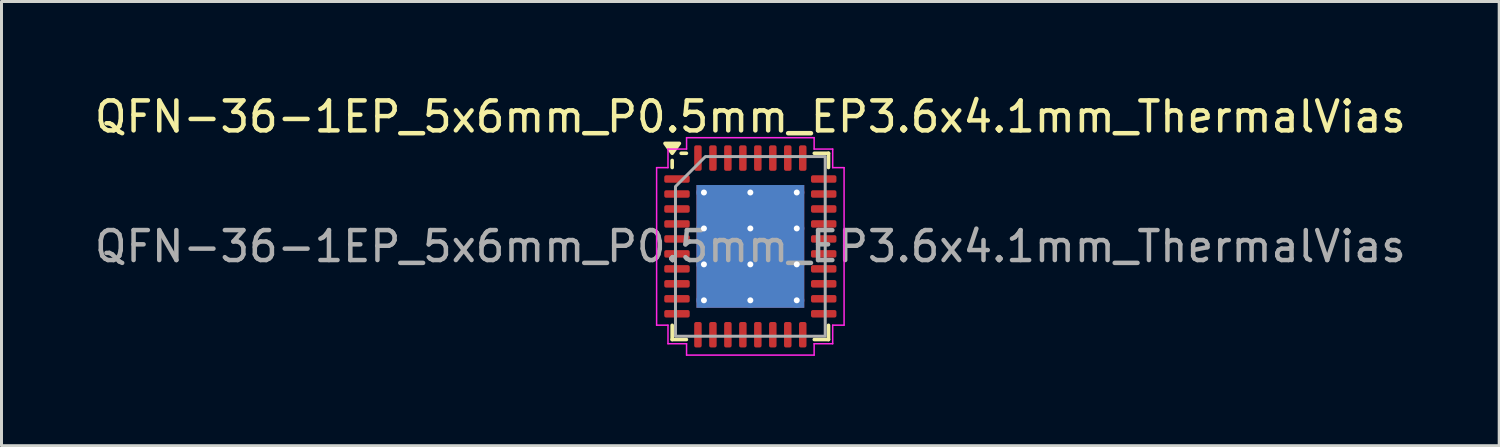
<source format=kicad_pcb>
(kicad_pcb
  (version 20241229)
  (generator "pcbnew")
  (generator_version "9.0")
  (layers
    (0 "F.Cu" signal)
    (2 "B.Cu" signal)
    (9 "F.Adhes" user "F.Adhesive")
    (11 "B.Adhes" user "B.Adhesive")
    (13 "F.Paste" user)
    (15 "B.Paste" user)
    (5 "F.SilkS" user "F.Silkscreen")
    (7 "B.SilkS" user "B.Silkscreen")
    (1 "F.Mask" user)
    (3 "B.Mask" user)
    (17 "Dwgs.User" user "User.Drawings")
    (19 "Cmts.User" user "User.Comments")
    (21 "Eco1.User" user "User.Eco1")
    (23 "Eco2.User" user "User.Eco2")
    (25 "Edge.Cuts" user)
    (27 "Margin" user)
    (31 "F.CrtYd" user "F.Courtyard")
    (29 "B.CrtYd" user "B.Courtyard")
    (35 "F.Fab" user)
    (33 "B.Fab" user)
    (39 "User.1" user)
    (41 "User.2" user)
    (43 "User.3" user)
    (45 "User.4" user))
  (footprint "QFN-36-1EP_5x6mm_P0.5mm_EP3.6x4.1mm_ThermalVias"
    (layer "F.Cu")
    (at 22.006 5.178)
    (property "Reference" "QFN-36-1EP_5x6mm_P0.5mm_EP3.6x4.1mm_ThermalVias" (at 0 -4.33 0) (layer "F.SilkS") (effects (font (size 1 1) (thickness 0.15))))
    (attr smd)
    (fp_line (start -2.61 -2.635) (end -2.61 -2.87) (stroke (width 0.12) (type solid)) (layer "F.SilkS"))
    (fp_line (start -2.61 3.11) (end -2.61 2.635) (stroke (width 0.12) (type solid)) (layer "F.SilkS"))
    (fp_line (start -2.135 -3.11) (end -2.31 -3.11) (stroke (width 0.12) (type solid)) (layer "F.SilkS"))
    (fp_line (start -2.135 3.11) (end -2.61 3.11) (stroke (width 0.12) (type solid)) (layer "F.SilkS"))
    (fp_line (start 2.135 -3.11) (end 2.61 -3.11) (stroke (width 0.12) (type solid)) (layer "F.SilkS"))
    (fp_line (start 2.135 3.11) (end 2.61 3.11) (stroke (width 0.12) (type solid)) (layer "F.SilkS"))
    (fp_line (start 2.61 -3.11) (end 2.61 -2.635) (stroke (width 0.12) (type solid)) (layer "F.SilkS"))
    (fp_line (start 2.61 3.11) (end 2.61 2.635) (stroke (width 0.12) (type solid)) (layer "F.SilkS"))
    (fp_poly (pts (xy -2.61 -3.11) (xy -2.85 -3.44) (xy -2.37 -3.44)) (stroke (width 0.12) (type solid)) (fill yes) (layer "F.SilkS"))
    (fp_line (start -3.13 -2.63) (end -2.75 -2.63) (stroke (width 0.05) (type solid)) (layer "F.CrtYd"))
    (fp_line (start -3.13 2.63) (end -3.13 -2.63) (stroke (width 0.05) (type solid)) (layer "F.CrtYd"))
    (fp_line (start -2.75 -3.25) (end -2.13 -3.25) (stroke (width 0.05) (type solid)) (layer "F.CrtYd"))
    (fp_line (start -2.75 -2.63) (end -2.75 -3.25) (stroke (width 0.05) (type solid)) (layer "F.CrtYd"))
    (fp_line (start -2.75 2.63) (end -3.13 2.63) (stroke (width 0.05) (type solid)) (layer "F.CrtYd"))
    (fp_line (start -2.75 3.25) (end -2.75 2.63) (stroke (width 0.05) (type solid)) (layer "F.CrtYd"))
    (fp_line (start -2.13 -3.63) (end 2.13 -3.63) (stroke (width 0.05) (type solid)) (layer "F.CrtYd"))
    (fp_line (start -2.13 -3.25) (end -2.13 -3.63) (stroke (width 0.05) (type solid)) (layer "F.CrtYd"))
    (fp_line (start -2.13 3.25) (end -2.75 3.25) (stroke (width 0.05) (type solid)) (layer "F.CrtYd"))
    (fp_line (start -2.13 3.63) (end -2.13 3.25) (stroke (width 0.05) (type solid)) (layer "F.CrtYd"))
    (fp_line (start 2.13 -3.63) (end 2.13 -3.25) (stroke (width 0.05) (type solid)) (layer "F.CrtYd"))
    (fp_line (start 2.13 -3.25) (end 2.75 -3.25) (stroke (width 0.05) (type solid)) (layer "F.CrtYd"))
    (fp_line (start 2.13 3.25) (end 2.13 3.63) (stroke (width 0.05) (type solid)) (layer "F.CrtYd"))
    (fp_line (start 2.13 3.63) (end -2.13 3.63) (stroke (width 0.05) (type solid)) (layer "F.CrtYd"))
    (fp_line (start 2.75 -3.25) (end 2.75 -2.63) (stroke (width 0.05) (type solid)) (layer "F.CrtYd"))
    (fp_line (start 2.75 -2.63) (end 3.13 -2.63) (stroke (width 0.05) (type solid)) (layer "F.CrtYd"))
    (fp_line (start 2.75 2.63) (end 2.75 3.25) (stroke (width 0.05) (type solid)) (layer "F.CrtYd"))
    (fp_line (start 2.75 3.25) (end 2.13 3.25) (stroke (width 0.05) (type solid)) (layer "F.CrtYd"))
    (fp_line (start 3.13 -2.63) (end 3.13 2.63) (stroke (width 0.05) (type solid)) (layer "F.CrtYd"))
    (fp_line (start 3.13 2.63) (end 2.75 2.63) (stroke (width 0.05) (type solid)) (layer "F.CrtYd"))
    (fp_poly (pts (xy -2.5 -2) (xy -2.5 3) (xy 2.5 3) (xy 2.5 -3) (xy -1.5 -3)) (stroke (width 0.1) (type solid)) (fill no) (layer "F.Fab"))
    (fp_text user "${REFERENCE}" (at 0 0 0) (layer "F.Fab") (effects (font (size 1 1) (thickness 0.15))))
    (pad "" smd roundrect (at -1.2 -1.37) (size 0.93 1.06) (layers "F.Paste") (roundrect_rratio 0.25))
    (pad "" smd roundrect (at -1.2 0) (size 0.93 1.06) (layers "F.Paste") (roundrect_rratio 0.25))
    (pad "" smd roundrect (at -1.2 1.37) (size 0.93 1.06) (layers "F.Paste") (roundrect_rratio 0.25))
    (pad "" smd roundrect (at 0 -1.37) (size 0.93 1.06) (layers "F.Paste") (roundrect_rratio 0.25))
    (pad "" smd roundrect (at 0 0) (size 0.93 1.06) (layers "F.Paste") (roundrect_rratio 0.25))
    (pad "" smd roundrect (at 0 1.37) (size 0.93 1.06) (layers "F.Paste") (roundrect_rratio 0.25))
    (pad "" smd roundrect (at 1.2 -1.37) (size 0.93 1.06) (layers "F.Paste") (roundrect_rratio 0.25))
    (pad "" smd roundrect (at 1.2 0) (size 0.93 1.06) (layers "F.Paste") (roundrect_rratio 0.25))
    (pad "" smd roundrect (at 1.2 1.37) (size 0.93 1.06) (layers "F.Paste") (roundrect_rratio 0.25))
    (pad "1" smd roundrect (at -2.45 -2.25) (size 0.85 0.25) (layers "F.Cu" "F.Mask" "F.Paste") (roundrect_rratio 0.25))
    (pad "2" smd roundrect (at -2.45 -1.75) (size 0.85 0.25) (layers "F.Cu" "F.Mask" "F.Paste") (roundrect_rratio 0.25))
    (pad "3" smd roundrect (at -2.45 -1.25) (size 0.85 0.25) (layers "F.Cu" "F.Mask" "F.Paste") (roundrect_rratio 0.25))
    (pad "4" smd roundrect (at -2.45 -0.75) (size 0.85 0.25) (layers "F.Cu" "F.Mask" "F.Paste") (roundrect_rratio 0.25))
    (pad "5" smd roundrect (at -2.45 -0.25) (size 0.85 0.25) (layers "F.Cu" "F.Mask" "F.Paste") (roundrect_rratio 0.25))
    (pad "6" smd roundrect (at -2.45 0.25) (size 0.85 0.25) (layers "F.Cu" "F.Mask" "F.Paste") (roundrect_rratio 0.25))
    (pad "7" smd roundrect (at -2.45 0.75) (size 0.85 0.25) (layers "F.Cu" "F.Mask" "F.Paste") (roundrect_rratio 0.25))
    (pad "8" smd roundrect (at -2.45 1.25) (size 0.85 0.25) (layers "F.Cu" "F.Mask" "F.Paste") (roundrect_rratio 0.25))
    (pad "9" smd roundrect (at -2.45 1.75) (size 0.85 0.25) (layers "F.Cu" "F.Mask" "F.Paste") (roundrect_rratio 0.25))
    (pad "10" smd roundrect (at -2.45 2.25) (size 0.85 0.25) (layers "F.Cu" "F.Mask" "F.Paste") (roundrect_rratio 0.25))
    (pad "11" smd roundrect (at -1.75 2.95) (size 0.25 0.85) (layers "F.Cu" "F.Mask" "F.Paste") (roundrect_rratio 0.25))
    (pad "12" smd roundrect (at -1.25 2.95) (size 0.25 0.85) (layers "F.Cu" "F.Mask" "F.Paste") (roundrect_rratio 0.25))
    (pad "13" smd roundrect (at -0.75 2.95) (size 0.25 0.85) (layers "F.Cu" "F.Mask" "F.Paste") (roundrect_rratio 0.25))
    (pad "14" smd roundrect (at -0.25 2.95) (size 0.25 0.85) (layers "F.Cu" "F.Mask" "F.Paste") (roundrect_rratio 0.25))
    (pad "15" smd roundrect (at 0.25 2.95) (size 0.25 0.85) (layers "F.Cu" "F.Mask" "F.Paste") (roundrect_rratio 0.25))
    (pad "16" smd roundrect (at 0.75 2.95) (size 0.25 0.85) (layers "F.Cu" "F.Mask" "F.Paste") (roundrect_rratio 0.25))
    (pad "17" smd roundrect (at 1.25 2.95) (size 0.25 0.85) (layers "F.Cu" "F.Mask" "F.Paste") (roundrect_rratio 0.25))
    (pad "18" smd roundrect (at 1.75 2.95) (size 0.25 0.85) (layers "F.Cu" "F.Mask" "F.Paste") (roundrect_rratio 0.25))
    (pad "19" smd roundrect (at 2.45 2.25) (size 0.85 0.25) (layers "F.Cu" "F.Mask" "F.Paste") (roundrect_rratio 0.25))
    (pad "20" smd roundrect (at 2.45 1.75) (size 0.85 0.25) (layers "F.Cu" "F.Mask" "F.Paste") (roundrect_rratio 0.25))
    (pad "21" smd roundrect (at 2.45 1.25) (size 0.85 0.25) (layers "F.Cu" "F.Mask" "F.Paste") (roundrect_rratio 0.25))
    (pad "22" smd roundrect (at 2.45 0.75) (size 0.85 0.25) (layers "F.Cu" "F.Mask" "F.Paste") (roundrect_rratio 0.25))
    (pad "23" smd roundrect (at 2.45 0.25) (size 0.85 0.25) (layers "F.Cu" "F.Mask" "F.Paste") (roundrect_rratio 0.25))
    (pad "24" smd roundrect (at 2.45 -0.25) (size 0.85 0.25) (layers "F.Cu" "F.Mask" "F.Paste") (roundrect_rratio 0.25))
    (pad "25" smd roundrect (at 2.45 -0.75) (size 0.85 0.25) (layers "F.Cu" "F.Mask" "F.Paste") (roundrect_rratio 0.25))
    (pad "26" smd roundrect (at 2.45 -1.25) (size 0.85 0.25) (layers "F.Cu" "F.Mask" "F.Paste") (roundrect_rratio 0.25))
    (pad "27" smd roundrect (at 2.45 -1.75) (size 0.85 0.25) (layers "F.Cu" "F.Mask" "F.Paste") (roundrect_rratio 0.25))
    (pad "28" smd roundrect (at 2.45 -2.25) (size 0.85 0.25) (layers "F.Cu" "F.Mask" "F.Paste") (roundrect_rratio 0.25))
    (pad "29" smd roundrect (at 1.75 -2.95) (size 0.25 0.85) (layers "F.Cu" "F.Mask" "F.Paste") (roundrect_rratio 0.25))
    (pad "30" smd roundrect (at 1.25 -2.95) (size 0.25 0.85) (layers "F.Cu" "F.Mask" "F.Paste") (roundrect_rratio 0.25))
    (pad "31" smd roundrect (at 0.75 -2.95) (size 0.25 0.85) (layers "F.Cu" "F.Mask" "F.Paste") (roundrect_rratio 0.25))
    (pad "32" smd roundrect (at 0.25 -2.95) (size 0.25 0.85) (layers "F.Cu" "F.Mask" "F.Paste") (roundrect_rratio 0.25))
    (pad "33" smd roundrect (at -0.25 -2.95) (size 0.25 0.85) (layers "F.Cu" "F.Mask" "F.Paste") (roundrect_rratio 0.25))
    (pad "34" smd roundrect (at -0.75 -2.95) (size 0.25 0.85) (layers "F.Cu" "F.Mask" "F.Paste") (roundrect_rratio 0.25))
    (pad "35" smd roundrect (at -1.25 -2.95) (size 0.25 0.85) (layers "F.Cu" "F.Mask" "F.Paste") (roundrect_rratio 0.25))
    (pad "36" smd roundrect (at -1.75 -2.95) (size 0.25 0.85) (layers "F.Cu" "F.Mask" "F.Paste") (roundrect_rratio 0.25))
    (pad "37" thru_hole circle (at -1.55 -1.8) (size 0.5 0.5) (drill 0.2) (property pad_prop_heatsink) (layers "*.Cu"))
    (pad "37" thru_hole circle (at -1.55 -0.6) (size 0.5 0.5) (drill 0.2) (property pad_prop_heatsink) (layers "*.Cu"))
    (pad "37" thru_hole circle (at -1.55 0.6) (size 0.5 0.5) (drill 0.2) (property pad_prop_heatsink) (layers "*.Cu"))
    (pad "37" thru_hole circle (at -1.55 1.8) (size 0.5 0.5) (drill 0.2) (property pad_prop_heatsink) (layers "*.Cu"))
    (pad "37" thru_hole circle (at 0 -1.8) (size 0.5 0.5) (drill 0.2) (property pad_prop_heatsink) (layers "*.Cu"))
    (pad "37" thru_hole circle (at 0 -0.6) (size 0.5 0.5) (drill 0.2) (property pad_prop_heatsink) (layers "*.Cu"))
    (pad "37" smd rect (at 0 0) (size 3.6 4.1) (property pad_prop_heatsink) (layers "F.Cu" "F.Mask"))
    (pad "37" smd rect (at 0 0) (size 3.6 4.1) (property pad_prop_heatsink) (layers "B.Cu"))
    (pad "37" thru_hole circle (at 0 0.6) (size 0.5 0.5) (drill 0.2) (property pad_prop_heatsink) (layers "*.Cu"))
    (pad "37" thru_hole circle (at 0 1.8) (size 0.5 0.5) (drill 0.2) (property pad_prop_heatsink) (layers "*.Cu"))
    (pad "37" thru_hole circle (at 1.55 -1.8) (size 0.5 0.5) (drill 0.2) (property pad_prop_heatsink) (layers "*.Cu"))
    (pad "37" thru_hole circle (at 1.55 -0.6) (size 0.5 0.5) (drill 0.2) (property pad_prop_heatsink) (layers "*.Cu"))
    (pad "37" thru_hole circle (at 1.55 0.6) (size 0.5 0.5) (drill 0.2) (property pad_prop_heatsink) (layers "*.Cu"))
    (pad "37" thru_hole circle (at 1.55 1.8) (size 0.5 0.5) (drill 0.2) (property pad_prop_heatsink) (layers "*.Cu")))
  (gr_rect
    (start -3 -3)
    (end 47.012 11.833)
    (stroke (width 0.1) (type default))
    (fill no)
    (layer "Edge.Cuts")))
</source>
